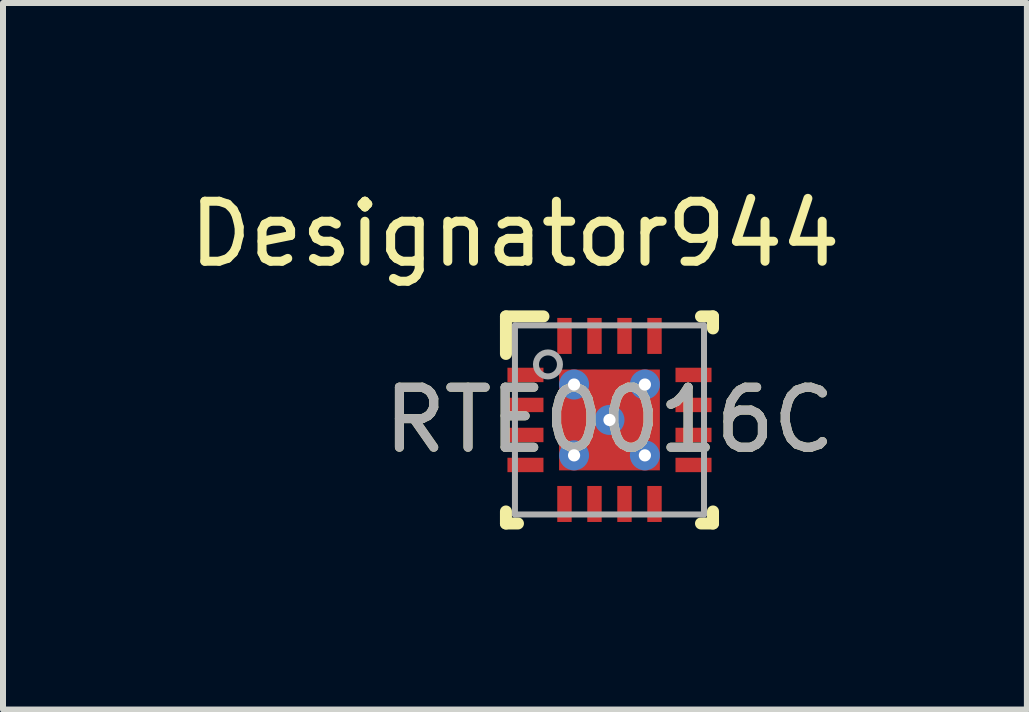
<source format=kicad_pcb>
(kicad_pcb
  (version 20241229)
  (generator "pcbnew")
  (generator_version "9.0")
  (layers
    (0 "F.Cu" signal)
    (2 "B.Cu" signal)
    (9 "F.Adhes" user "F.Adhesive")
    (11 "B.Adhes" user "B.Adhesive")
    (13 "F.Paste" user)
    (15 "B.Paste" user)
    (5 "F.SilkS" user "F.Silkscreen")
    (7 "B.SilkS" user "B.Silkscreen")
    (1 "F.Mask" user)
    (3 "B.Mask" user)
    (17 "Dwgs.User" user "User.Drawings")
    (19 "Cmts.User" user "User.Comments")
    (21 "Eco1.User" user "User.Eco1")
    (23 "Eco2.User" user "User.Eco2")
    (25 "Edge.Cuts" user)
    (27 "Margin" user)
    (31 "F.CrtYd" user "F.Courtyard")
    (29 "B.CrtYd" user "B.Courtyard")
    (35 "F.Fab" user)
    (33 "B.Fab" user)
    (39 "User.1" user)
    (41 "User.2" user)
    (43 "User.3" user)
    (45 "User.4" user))
  (footprint "RTE0016C"
    (layer "F.Cu")
    (at 7.105 3.947)
    (property "Reference" "RTE0016C" (at 0 0 0) (unlocked yes) (layer "F.SilkS") (effects (font (size 1 1) (thickness 0.15))))
    (attr smd)
    (fp_line (start -1.725 -1.725) (end -1.1 -1.725) (stroke (width 0.2) (type solid)) (layer "F.SilkS"))
    (fp_line (start -1.725 -1.1) (end -1.725 -1.725) (stroke (width 0.2) (type solid)) (layer "F.SilkS"))
    (fp_line (start -1.725 1.725) (end -1.725 1.525) (stroke (width 0.2) (type solid)) (layer "F.SilkS"))
    (fp_line (start -1.725 1.725) (end -1.525 1.725) (stroke (width 0.2) (type solid)) (layer "F.SilkS"))
    (fp_line (start 1.525 -1.725) (end 1.725 -1.725) (stroke (width 0.2) (type solid)) (layer "F.SilkS"))
    (fp_line (start 1.525 1.725) (end 1.725 1.725) (stroke (width 0.2) (type solid)) (layer "F.SilkS"))
    (fp_line (start 1.725 -1.525) (end 1.725 -1.725) (stroke (width 0.2) (type solid)) (layer "F.SilkS"))
    (fp_line (start 1.725 1.725) (end 1.725 1.525) (stroke (width 0.2) (type solid)) (layer "F.SilkS"))
    (fp_poly (pts (xy -0.775 0.728) (xy -0.775 -0.729) (xy -0.774 -0.738) (xy -0.771 -0.746) (xy -0.767 -0.754) (xy -0.761 -0.761) (xy -0.754 -0.767) (xy -0.746 -0.771) (xy -0.738 -0.774) (xy -0.729 -0.775) (xy 0.729 -0.775) (xy 0.738 -0.774) (xy 0.746 -0.771) (xy 0.754 -0.767) (xy 0.761 -0.761) (xy 0.767 -0.754) (xy 0.771 -0.746) (xy 0.774 -0.738) (xy 0.775 -0.729) (xy 0.775 0.728) (xy 0.774 0.738) (xy 0.771 0.746) (xy 0.767 0.754) (xy 0.761 0.761) (xy 0.754 0.767) (xy 0.746 0.771) (xy 0.738 0.774) (xy 0.729 0.775) (xy -0.729 0.775) (xy -0.738 0.774) (xy -0.746 0.771) (xy -0.754 0.767) (xy -0.761 0.761) (xy -0.767 0.754) (xy -0.771 0.746) (xy -0.774 0.738)) (stroke (width 0) (type solid)) (fill yes) (layer "F.Paste"))
    (fp_line (start -1.575 -1.575) (end 1.575 -1.575) (stroke (width 0.1) (type solid)) (layer "F.Fab"))
    (fp_line (start -1.575 1.575) (end -1.575 -1.575) (stroke (width 0.1) (type solid)) (layer "F.Fab"))
    (fp_line (start -1.575 1.575) (end 1.575 1.575) (stroke (width 0.1) (type solid)) (layer "F.Fab"))
    (fp_line (start 1.575 1.575) (end 1.575 -1.575) (stroke (width 0.1) (type solid)) (layer "F.Fab"))
    (fp_circle (center -1.025 -0.925) (end -0.825 -0.925) (stroke (width 0.1) (type solid)) (fill no) (layer "F.Fab"))
    (fp_text user "Designator944" (at -1.575 -3.099 0) (unlocked yes) (layer "F.SilkS") (effects (font (size 1 1) (thickness 0.15))))
    (fp_text user "${REFERENCE}" (at 0 0 0) (unlocked yes) (layer "F.Fab") (effects (font (size 1 1) (thickness 0.15))))
    (pad "1" smd rect (at -1.4 -0.75 90) (size 0.24 0.6) (layers "F.Cu" "F.Mask" "F.Paste"))
    (pad "2" smd rect (at -1.4 -0.25 90) (size 0.24 0.6) (layers "F.Cu" "F.Mask" "F.Paste"))
    (pad "3" smd rect (at -1.4 0.25 90) (size 0.24 0.6) (layers "F.Cu" "F.Mask" "F.Paste"))
    (pad "4" smd rect (at -1.4 0.75 90) (size 0.24 0.6) (layers "F.Cu" "F.Mask" "F.Paste"))
    (pad "5" smd rect (at -0.75 1.4) (size 0.24 0.6) (layers "F.Cu" "F.Mask" "F.Paste"))
    (pad "6" smd rect (at -0.25 1.4) (size 0.24 0.6) (layers "F.Cu" "F.Mask" "F.Paste"))
    (pad "7" smd rect (at 0.25 1.4) (size 0.24 0.6) (layers "F.Cu" "F.Mask" "F.Paste"))
    (pad "8" smd rect (at 0.75 1.4) (size 0.24 0.6) (layers "F.Cu" "F.Mask" "F.Paste"))
    (pad "9" smd rect (at 1.4 0.75 90) (size 0.24 0.6) (layers "F.Cu" "F.Mask" "F.Paste"))
    (pad "10" smd rect (at 1.4 0.25 90) (size 0.24 0.6) (layers "F.Cu" "F.Mask" "F.Paste"))
    (pad "11" smd rect (at 1.4 -0.25 90) (size 0.24 0.6) (layers "F.Cu" "F.Mask" "F.Paste"))
    (pad "12" smd rect (at 1.4 -0.75 90) (size 0.24 0.6) (layers "F.Cu" "F.Mask" "F.Paste"))
    (pad "13" smd rect (at 0.75 -1.4) (size 0.24 0.6) (layers "F.Cu" "F.Mask" "F.Paste"))
    (pad "14" smd rect (at 0.25 -1.4) (size 0.24 0.6) (layers "F.Cu" "F.Mask" "F.Paste"))
    (pad "15" smd rect (at -0.25 -1.4) (size 0.24 0.6) (layers "F.Cu" "F.Mask" "F.Paste"))
    (pad "16" smd rect (at -0.75 -1.4) (size 0.24 0.6) (layers "F.Cu" "F.Mask" "F.Paste"))
    (pad "17" smd rect (at 0.000003 -0.000003) (size 1.68 1.68) (layers "F.Cu" "F.Mask"))
    (pad "18" thru_hole circle (at 0.59 -0.59) (size 0.5 0.5) (drill 0.203) (layers "*.Cu" "*.Mask"))
    (pad "19" thru_hole circle (at 0.59 0.59) (size 0.5 0.5) (drill 0.203) (layers "*.Cu" "*.Mask"))
    (pad "20" thru_hole circle (at -0.59 0.59) (size 0.5 0.5) (drill 0.203) (layers "*.Cu" "*.Mask"))
    (pad "21" thru_hole circle (at -0.59 -0.59) (size 0.5 0.5) (drill 0.203) (layers "*.Cu" "*.Mask"))
    (pad "22" thru_hole circle (at 0 -0.000003) (size 0.5 0.5) (drill 0.203) (layers "*.Cu" "*.Mask")))
  (gr_rect
    (start -3 -3)
    (end 14.06 8.772)
    (stroke (width 0.1) (type default))
    (fill no)
    (layer "Edge.Cuts")))
</source>
